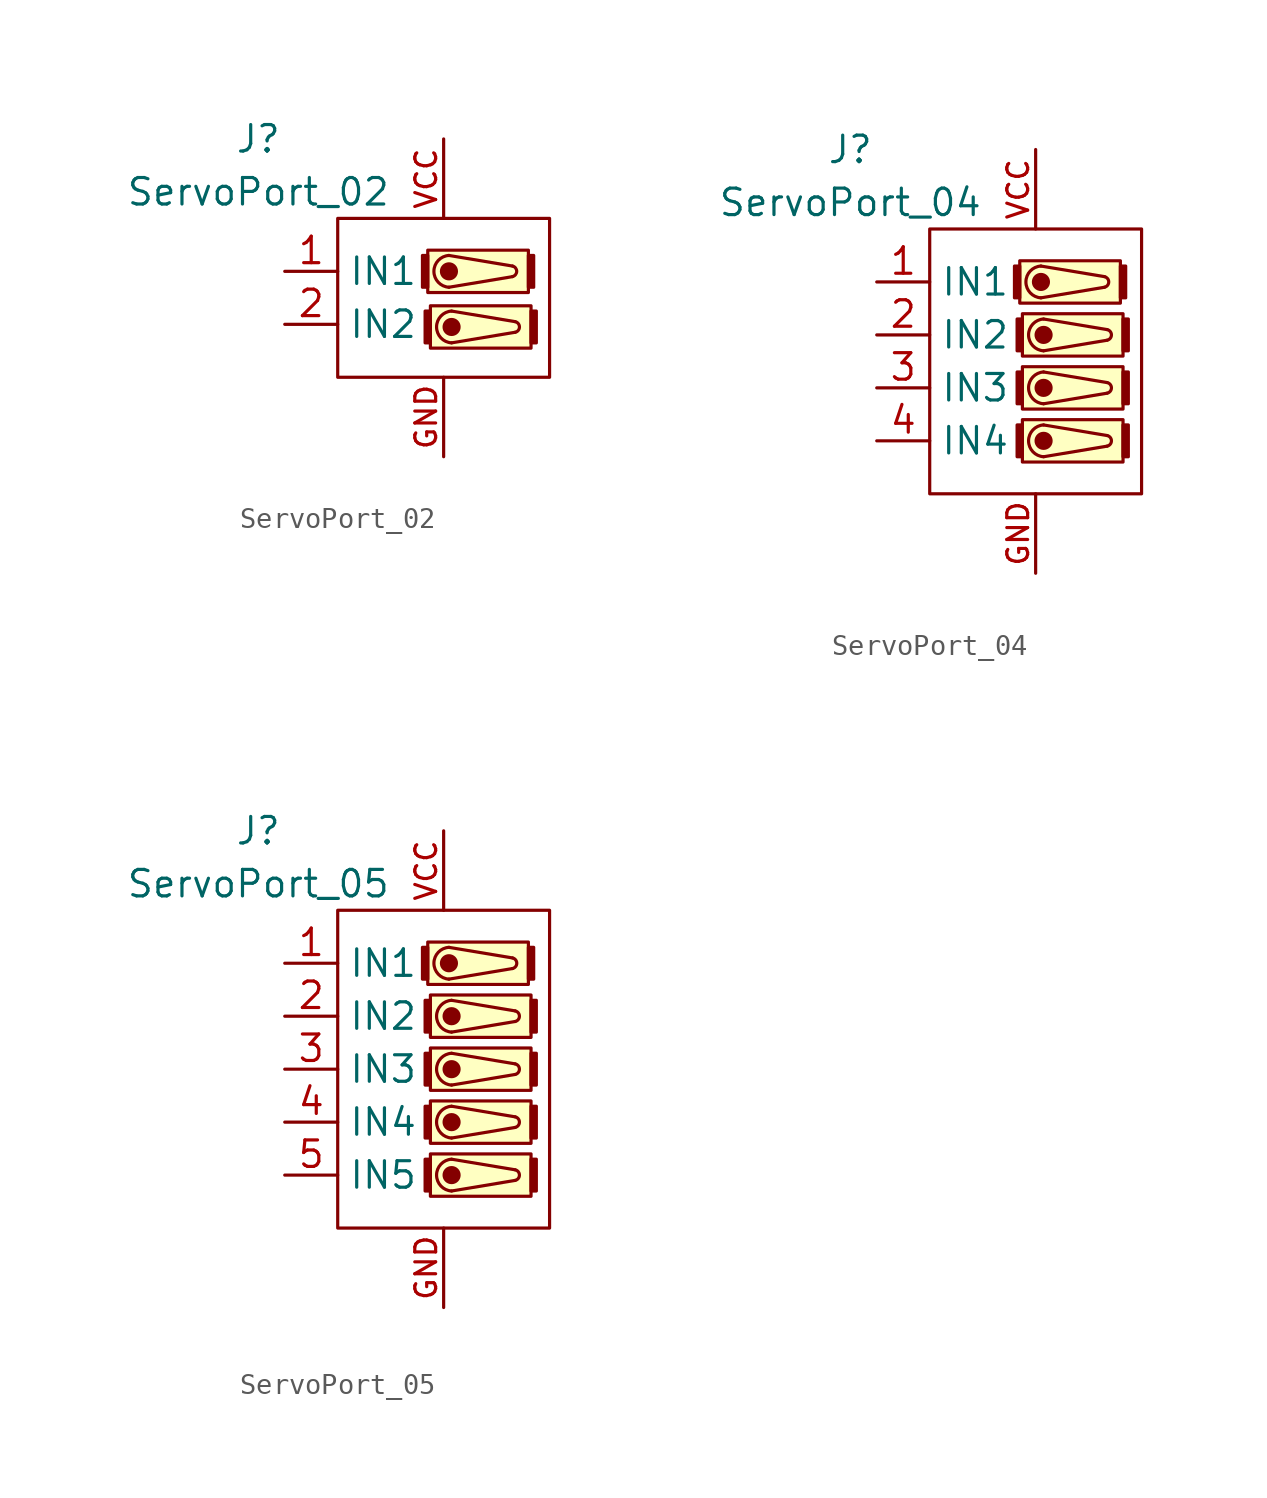
<source format=kicad_sym>
(kicad_symbol_lib
  (version 20220914)
  (generator kicad_symbol_editor)
  (symbol "ServoPort_02"
    (property "Reference" "J"
      (at -8.89 6.35 0)
      (effects (font (size 1.27 1.27))))
    (property "Value" "ServoPort_02"
      (at -8.89 3.81 0)
      (effects (font (size 1.27 1.27))))
    (symbol "ServoPort_02_0_1"
      (rectangle (start -5.08 2.54) (end 5.08 -5.08) (stroke (width 0) (type default)) (fill (type none)))
      (rectangle (start -0.762 0.762) (end -1.016 -0.762) (stroke (width 0) (type default)) (fill (type outline)))
      (rectangle (start -0.762 1.016) (end 4.064 -1.016) (stroke (width 0) (type default)) (fill (type background)))
      (rectangle (start -0.635 -1.905) (end -0.889 -3.429) (stroke (width 0) (type default)) (fill (type outline)))
      (rectangle (start -0.635 -1.651) (end 4.191 -3.683) (stroke (width 0) (type default)) (fill (type background)))
      (polyline (pts (xy 0.254 0.762) (xy 3.302 0.254)) (stroke (width 0) (type default)) (fill (type none)))
      (polyline (pts (xy 0.381 -1.905) (xy 3.429 -2.413)) (stroke (width 0) (type default)) (fill (type none)))
      (polyline (pts (xy 3.302 -0.254) (xy 0.254 -0.762)) (stroke (width 0) (type default)) (fill (type none)))
      (polyline (pts (xy 3.429 -2.921) (xy 0.381 -3.429)) (stroke (width 0) (type default)) (fill (type none)))
      (circle (center 0.254 0) (radius 0.359) (stroke (width 0) (type default)) (fill (type outline)))
      (arc (start 0.254 0.762) (mid -0.4664 0) (end 0.254 -0.762) (stroke (width 0) (type default)) (fill (type none)))
      (circle (center 0.381 -2.667) (radius 0.359) (stroke (width 0) (type default)) (fill (type outline)))
      (arc (start 0.381 -1.905) (mid -0.3394 -2.667) (end 0.381 -3.429) (stroke (width 0) (type default)) (fill (type none)))
      (arc (start 3.302 -0.254) (mid 3.5069 0) (end 3.302 0.254) (stroke (width 0) (type default)) (fill (type none)))
      (arc (start 3.429 -2.921) (mid 3.6339 -2.667) (end 3.429 -2.413) (stroke (width 0) (type default)) (fill (type none)))
      (rectangle (start 4.064 0.762) (end 4.318 -0.762) (stroke (width 0) (type default)) (fill (type outline)))
      (rectangle (start 4.191 -1.905) (end 4.445 -3.429) (stroke (width 0) (type default)) (fill (type outline))))
    (symbol "ServoPort_02_1_1"
      (pin input line (at -7.62 0 0) (length 2.54) (name "IN1" (effects (font (size 1.27 1.27)))) (number "1" (effects (font (size 1.27 1.27)))))
      (pin input line (at -7.62 -2.54 0) (length 2.54) (name "IN2" (effects (font (size 1.27 1.27)))) (number "2" (effects (font (size 1.27 1.27)))))
      (pin power_in line (at 0 -8.89 90) (length 3.81) (name "" (effects (font (size 1 1)))) (number "GND" (effects (font (size 1 1)))))
      (pin power_in line (at 0 6.35 270) (length 3.81) (name "" (effects (font (size 1 1)))) (number "VCC" (effects (font (size 1 1)))))))
  (symbol "ServoPort_04"
    (property "Reference" "J"
      (at -8.89 10.16 0)
      (effects (font (size 1.27 1.27))))
    (property "Value" "ServoPort_04"
      (at -8.89 7.62 0)
      (effects (font (size 1.27 1.27))))
    (symbol "ServoPort_04_0_1"
      (rectangle (start -5.08 6.35) (end 5.08 -6.35) (stroke (width 0) (type default)) (fill (type none)))
      (rectangle (start -0.762 4.572) (end -1.016 3.048) (stroke (width 0) (type default)) (fill (type outline)))
      (rectangle (start -0.762 4.826) (end 4.064 2.794) (stroke (width 0) (type default)) (fill (type background)))
      (rectangle (start -0.635 -3.048) (end -0.889 -4.572) (stroke (width 0) (type default)) (fill (type outline)))
      (rectangle (start -0.635 -2.794) (end 4.191 -4.826) (stroke (width 0) (type default)) (fill (type background)))
      (rectangle (start -0.635 -0.508) (end -0.889 -2.032) (stroke (width 0) (type default)) (fill (type outline)))
      (rectangle (start -0.635 -0.254) (end 4.191 -2.286) (stroke (width 0) (type default)) (fill (type background)))
      (rectangle (start -0.635 2.032) (end -0.889 0.508) (stroke (width 0) (type default)) (fill (type outline)))
      (rectangle (start -0.635 2.286) (end 4.191 0.254) (stroke (width 0) (type default)) (fill (type background)))
      (polyline (pts (xy 0.254 4.572) (xy 3.302 4.064)) (stroke (width 0) (type default)) (fill (type none)))
      (polyline (pts (xy 0.381 -3.048) (xy 3.429 -3.556)) (stroke (width 0) (type default)) (fill (type none)))
      (polyline (pts (xy 0.381 -0.508) (xy 3.429 -1.016)) (stroke (width 0) (type default)) (fill (type none)))
      (polyline (pts (xy 0.381 2.032) (xy 3.429 1.524)) (stroke (width 0) (type default)) (fill (type none)))
      (polyline (pts (xy 3.302 3.556) (xy 0.254 3.048)) (stroke (width 0) (type default)) (fill (type none)))
      (polyline (pts (xy 3.429 -4.064) (xy 0.381 -4.572)) (stroke (width 0) (type default)) (fill (type none)))
      (polyline (pts (xy 3.429 -1.524) (xy 0.381 -2.032)) (stroke (width 0) (type default)) (fill (type none)))
      (polyline (pts (xy 3.429 1.016) (xy 0.381 0.508)) (stroke (width 0) (type default)) (fill (type none)))
      (circle (center 0.254 3.81) (radius 0.359) (stroke (width 0) (type default)) (fill (type outline)))
      (arc (start 0.254 4.572) (mid -0.4664 3.81) (end 0.254 3.048) (stroke (width 0) (type default)) (fill (type none)))
      (circle (center 0.381 -3.81) (radius 0.359) (stroke (width 0) (type default)) (fill (type outline)))
      (arc (start 0.381 -3.048) (mid -0.3394 -3.81) (end 0.381 -4.572) (stroke (width 0) (type default)) (fill (type none)))
      (circle (center 0.381 -1.27) (radius 0.359) (stroke (width 0) (type default)) (fill (type outline)))
      (arc (start 0.381 -0.508) (mid -0.3394 -1.27) (end 0.381 -2.032) (stroke (width 0) (type default)) (fill (type none)))
      (circle (center 0.381 1.27) (radius 0.359) (stroke (width 0) (type default)) (fill (type outline)))
      (arc (start 0.381 2.032) (mid -0.3394 1.27) (end 0.381 0.508) (stroke (width 0) (type default)) (fill (type none)))
      (arc (start 3.302 3.556) (mid 3.5069 3.81) (end 3.302 4.064) (stroke (width 0) (type default)) (fill (type none)))
      (arc (start 3.429 -4.064) (mid 3.6339 -3.81) (end 3.429 -3.556) (stroke (width 0) (type default)) (fill (type none)))
      (arc (start 3.429 -1.524) (mid 3.6339 -1.27) (end 3.429 -1.016) (stroke (width 0) (type default)) (fill (type none)))
      (arc (start 3.429 1.016) (mid 3.6339 1.27) (end 3.429 1.524) (stroke (width 0) (type default)) (fill (type none)))
      (rectangle (start 4.064 4.572) (end 4.318 3.048) (stroke (width 0) (type default)) (fill (type outline)))
      (rectangle (start 4.191 -3.048) (end 4.445 -4.572) (stroke (width 0) (type default)) (fill (type outline)))
      (rectangle (start 4.191 -0.508) (end 4.445 -2.032) (stroke (width 0) (type default)) (fill (type outline)))
      (rectangle (start 4.191 2.032) (end 4.445 0.508) (stroke (width 0) (type default)) (fill (type outline))))
    (symbol "ServoPort_04_1_1"
      (pin input line (at -7.62 3.81 0) (length 2.54) (name "IN1" (effects (font (size 1.27 1.27)))) (number "1" (effects (font (size 1.27 1.27)))))
      (pin input line (at -7.62 1.27 0) (length 2.54) (name "IN2" (effects (font (size 1.27 1.27)))) (number "2" (effects (font (size 1.27 1.27)))))
      (pin input line (at -7.62 -1.27 0) (length 2.54) (name "IN3" (effects (font (size 1.27 1.27)))) (number "3" (effects (font (size 1.27 1.27)))))
      (pin input line (at -7.62 -3.81 0) (length 2.54) (name "IN4" (effects (font (size 1.27 1.27)))) (number "4" (effects (font (size 1.27 1.27)))))
      (pin power_in line (at 0 -10.16 90) (length 3.81) (name "" (effects (font (size 1 1)))) (number "GND" (effects (font (size 1 1)))))
      (pin power_in line (at 0 10.16 270) (length 3.81) (name "" (effects (font (size 1 1)))) (number "VCC" (effects (font (size 1 1)))))))
  (symbol "ServoPort_05"
    (property "Reference" "J"
      (at -8.89 11.43 0)
      (effects (font (size 1.27 1.27))))
    (property "Value" "ServoPort_05"
      (at -8.89 8.89 0)
      (effects (font (size 1.27 1.27))))
    (symbol "ServoPort_05_0_1"
      (rectangle (start -5.08 7.62) (end 5.08 -7.62) (stroke (width 0) (type default)) (fill (type none)))
      (rectangle (start -0.762 5.842) (end -1.016 4.318) (stroke (width 0) (type default)) (fill (type outline)))
      (rectangle (start -0.762 6.096) (end 4.064 4.064) (stroke (width 0) (type default)) (fill (type background)))
      (rectangle (start -0.635 -4.318) (end -0.889 -5.842) (stroke (width 0) (type default)) (fill (type outline)))
      (rectangle (start -0.635 -4.064) (end 4.191 -6.096) (stroke (width 0) (type default)) (fill (type background)))
      (rectangle (start -0.635 -1.778) (end -0.889 -3.302) (stroke (width 0) (type default)) (fill (type outline)))
      (rectangle (start -0.635 -1.524) (end 4.191 -3.556) (stroke (width 0) (type default)) (fill (type background)))
      (rectangle (start -0.635 0.762) (end -0.889 -0.762) (stroke (width 0) (type default)) (fill (type outline)))
      (rectangle (start -0.635 1.016) (end 4.191 -1.016) (stroke (width 0) (type default)) (fill (type background)))
      (rectangle (start -0.635 3.302) (end -0.889 1.778) (stroke (width 0) (type default)) (fill (type outline)))
      (rectangle (start -0.635 3.556) (end 4.191 1.524) (stroke (width 0) (type default)) (fill (type background)))
      (polyline (pts (xy 0.254 5.842) (xy 3.302 5.334)) (stroke (width 0) (type default)) (fill (type none)))
      (polyline (pts (xy 0.381 -4.318) (xy 3.429 -4.826)) (stroke (width 0) (type default)) (fill (type none)))
      (polyline (pts (xy 0.381 -1.778) (xy 3.429 -2.286)) (stroke (width 0) (type default)) (fill (type none)))
      (polyline (pts (xy 0.381 0.762) (xy 3.429 0.254)) (stroke (width 0) (type default)) (fill (type none)))
      (polyline (pts (xy 0.381 3.302) (xy 3.429 2.794)) (stroke (width 0) (type default)) (fill (type none)))
      (polyline (pts (xy 3.302 4.826) (xy 0.254 4.318)) (stroke (width 0) (type default)) (fill (type none)))
      (polyline (pts (xy 3.429 -5.334) (xy 0.381 -5.842)) (stroke (width 0) (type default)) (fill (type none)))
      (polyline (pts (xy 3.429 -2.794) (xy 0.381 -3.302)) (stroke (width 0) (type default)) (fill (type none)))
      (polyline (pts (xy 3.429 -0.254) (xy 0.381 -0.762)) (stroke (width 0) (type default)) (fill (type none)))
      (polyline (pts (xy 3.429 2.286) (xy 0.381 1.778)) (stroke (width 0) (type default)) (fill (type none)))
      (circle (center 0.254 5.08) (radius 0.359) (stroke (width 0) (type default)) (fill (type outline)))
      (arc (start 0.254 5.842) (mid -0.4664 5.08) (end 0.254 4.318) (stroke (width 0) (type default)) (fill (type none)))
      (circle (center 0.381 -5.08) (radius 0.359) (stroke (width 0) (type default)) (fill (type outline)))
      (arc (start 0.381 -4.318) (mid -0.3394 -5.08) (end 0.381 -5.842) (stroke (width 0) (type default)) (fill (type none)))
      (circle (center 0.381 -2.54) (radius 0.359) (stroke (width 0) (type default)) (fill (type outline)))
      (arc (start 0.381 -1.778) (mid -0.3394 -2.54) (end 0.381 -3.302) (stroke (width 0) (type default)) (fill (type none)))
      (circle (center 0.381 0) (radius 0.359) (stroke (width 0) (type default)) (fill (type outline)))
      (arc (start 0.381 0.762) (mid -0.3394 0) (end 0.381 -0.762) (stroke (width 0) (type default)) (fill (type none)))
      (circle (center 0.381 2.54) (radius 0.359) (stroke (width 0) (type default)) (fill (type outline)))
      (arc (start 0.381 3.302) (mid -0.3394 2.54) (end 0.381 1.778) (stroke (width 0) (type default)) (fill (type none)))
      (arc (start 3.302 4.826) (mid 3.5069 5.08) (end 3.302 5.334) (stroke (width 0) (type default)) (fill (type none)))
      (arc (start 3.429 -5.334) (mid 3.6339 -5.08) (end 3.429 -4.826) (stroke (width 0) (type default)) (fill (type none)))
      (arc (start 3.429 -2.794) (mid 3.6339 -2.54) (end 3.429 -2.286) (stroke (width 0) (type default)) (fill (type none)))
      (arc (start 3.429 -0.254) (mid 3.6339 0) (end 3.429 0.254) (stroke (width 0) (type default)) (fill (type none)))
      (arc (start 3.429 2.286) (mid 3.6339 2.54) (end 3.429 2.794) (stroke (width 0) (type default)) (fill (type none)))
      (rectangle (start 4.064 5.842) (end 4.318 4.318) (stroke (width 0) (type default)) (fill (type outline)))
      (rectangle (start 4.191 -4.318) (end 4.445 -5.842) (stroke (width 0) (type default)) (fill (type outline)))
      (rectangle (start 4.191 -1.778) (end 4.445 -3.302) (stroke (width 0) (type default)) (fill (type outline)))
      (rectangle (start 4.191 0.762) (end 4.445 -0.762) (stroke (width 0) (type default)) (fill (type outline)))
      (rectangle (start 4.191 3.302) (end 4.445 1.778) (stroke (width 0) (type default)) (fill (type outline))))
    (symbol "ServoPort_05_1_1"
      (pin input line (at -7.62 5.08 0) (length 2.54) (name "IN1" (effects (font (size 1.27 1.27)))) (number "1" (effects (font (size 1.27 1.27)))))
      (pin input line (at -7.62 2.54 0) (length 2.54) (name "IN2" (effects (font (size 1.27 1.27)))) (number "2" (effects (font (size 1.27 1.27)))))
      (pin input line (at -7.62 0 0) (length 2.54) (name "IN3" (effects (font (size 1.27 1.27)))) (number "3" (effects (font (size 1.27 1.27)))))
      (pin input line (at -7.62 -2.54 0) (length 2.54) (name "IN4" (effects (font (size 1.27 1.27)))) (number "4" (effects (font (size 1.27 1.27)))))
      (pin input line (at -7.62 -5.08 0) (length 2.54) (name "IN5" (effects (font (size 1.27 1.27)))) (number "5" (effects (font (size 1.27 1.27)))))
      (pin power_in line (at 0 -11.43 90) (length 3.81) (name "" (effects (font (size 1 1)))) (number "GND" (effects (font (size 1 1)))))
      (pin power_in line (at 0 11.43 270) (length 3.81) (name "" (effects (font (size 1 1)))) (number "VCC" (effects (font (size 1 1))))))))
</source>
